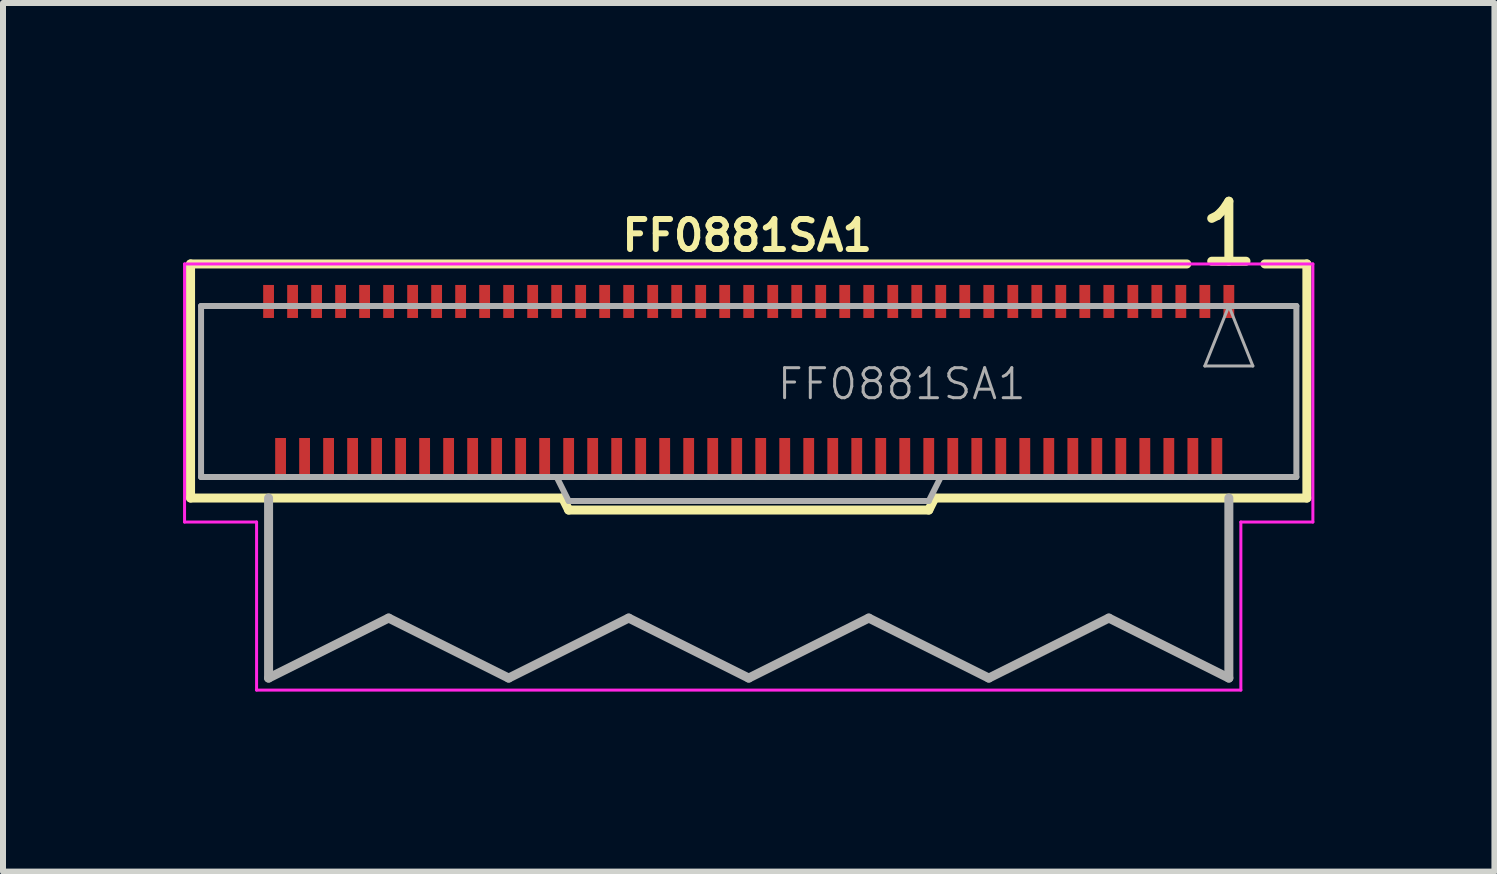
<source format=kicad_pcb>
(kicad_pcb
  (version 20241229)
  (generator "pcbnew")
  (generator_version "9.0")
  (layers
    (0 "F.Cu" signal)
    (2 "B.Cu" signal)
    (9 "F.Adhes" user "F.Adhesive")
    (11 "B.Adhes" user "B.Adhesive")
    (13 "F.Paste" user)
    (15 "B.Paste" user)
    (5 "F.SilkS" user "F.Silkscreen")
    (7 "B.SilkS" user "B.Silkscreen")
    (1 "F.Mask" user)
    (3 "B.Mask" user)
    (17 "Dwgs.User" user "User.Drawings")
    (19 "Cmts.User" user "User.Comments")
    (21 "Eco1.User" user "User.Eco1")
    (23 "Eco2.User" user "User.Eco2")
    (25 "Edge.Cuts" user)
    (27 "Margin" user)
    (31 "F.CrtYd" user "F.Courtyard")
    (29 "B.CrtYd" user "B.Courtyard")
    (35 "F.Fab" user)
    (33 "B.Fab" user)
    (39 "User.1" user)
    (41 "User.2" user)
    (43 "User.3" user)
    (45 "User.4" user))
  (footprint "FF0881SA1"
    (layer "F.Cu")
    (at 9.425 3.248)
    (property "Reference" "FF0881SA1" (at -0.025 -2.375 0) (layer "F.SilkS") (effects (font (size 0.5 0.5) (thickness 0.1))))
    (attr smd)
    (fp_line (start -9.3 -1.9) (end 7.3 -1.9) (stroke (width 0.15) (type solid)) (layer "F.SilkS"))
    (fp_line (start -9.3 2) (end -9.3 -1.9) (stroke (width 0.15) (type solid)) (layer "F.SilkS"))
    (fp_line (start -3.1 2) (end -9.3 2) (stroke (width 0.15) (type solid)) (layer "F.SilkS"))
    (fp_line (start -3 2.2) (end -3.1 2) (stroke (width 0.15) (type solid)) (layer "F.SilkS"))
    (fp_line (start 3 2.2) (end -3 2.2) (stroke (width 0.15) (type solid)) (layer "F.SilkS"))
    (fp_line (start 3.1 2) (end 3 2.2) (stroke (width 0.15) (type solid)) (layer "F.SilkS"))
    (fp_line (start 9.3 -1.9) (end 8.6 -1.9) (stroke (width 0.15) (type solid)) (layer "F.SilkS"))
    (fp_line (start 9.3 -1.9) (end 9.3 2) (stroke (width 0.15) (type solid)) (layer "F.SilkS"))
    (fp_line (start 9.3 2) (end 3.1 2) (stroke (width 0.15) (type solid)) (layer "F.SilkS"))
    (fp_line (start -9.4 -1.9) (end 9.4 -1.9) (stroke (width 0.05) (type solid)) (layer "F.CrtYd"))
    (fp_line (start -9.4 2.4) (end -9.4 -1.9) (stroke (width 0.05) (type solid)) (layer "F.CrtYd"))
    (fp_line (start -9.4 2.4) (end -8.2 2.4) (stroke (width 0.05) (type solid)) (layer "F.CrtYd"))
    (fp_line (start -8.2 2.4) (end -8.2 5.2) (stroke (width 0.05) (type solid)) (layer "F.CrtYd"))
    (fp_line (start -8.2 5.2) (end 8.2 5.2) (stroke (width 0.05) (type solid)) (layer "F.CrtYd"))
    (fp_line (start 8.2 2.4) (end 9.4 2.4) (stroke (width 0.05) (type solid)) (layer "F.CrtYd"))
    (fp_line (start 8.2 5.2) (end 8.2 2.4) (stroke (width 0.05) (type solid)) (layer "F.CrtYd"))
    (fp_line (start 9.4 -1.9) (end 9.4 2.4) (stroke (width 0.05) (type solid)) (layer "F.CrtYd"))
    (fp_line (start -9.125 -1.2) (end -9.125 1.65) (stroke (width 0.1) (type solid)) (layer "F.Fab"))
    (fp_line (start -9.125 -1.2) (end 9.125 -1.2) (stroke (width 0.1) (type solid)) (layer "F.Fab"))
    (fp_line (start -9.125 1.65) (end 9.125 1.65) (stroke (width 0.1) (type solid)) (layer "F.Fab"))
    (fp_line (start -8 2) (end -8 5) (stroke (width 0.15) (type solid)) (layer "F.Fab"))
    (fp_line (start -8 5) (end -6 4) (stroke (width 0.15) (type solid)) (layer "F.Fab"))
    (fp_line (start -6 4) (end -4 5) (stroke (width 0.15) (type solid)) (layer "F.Fab"))
    (fp_line (start -4 5) (end -2 4) (stroke (width 0.15) (type solid)) (layer "F.Fab"))
    (fp_line (start -3 2.05) (end -3.2 1.65) (stroke (width 0.1) (type solid)) (layer "F.Fab"))
    (fp_line (start -3 2.05) (end 3 2.05) (stroke (width 0.1) (type solid)) (layer "F.Fab"))
    (fp_line (start -2 4) (end 0 5) (stroke (width 0.15) (type solid)) (layer "F.Fab"))
    (fp_line (start 0 5) (end 2 4) (stroke (width 0.15) (type solid)) (layer "F.Fab"))
    (fp_line (start 3 2.05) (end 3.2 1.65) (stroke (width 0.1) (type solid)) (layer "F.Fab"))
    (fp_line (start 4 5) (end 2 4) (stroke (width 0.15) (type solid)) (layer "F.Fab"))
    (fp_line (start 4 5) (end 6 4) (stroke (width 0.15) (type solid)) (layer "F.Fab"))
    (fp_line (start 6 4) (end 8 5) (stroke (width 0.15) (type solid)) (layer "F.Fab"))
    (fp_line (start 7.6 -0.2) (end 8.4 -0.2) (stroke (width 0.05) (type solid)) (layer "F.Fab"))
    (fp_line (start 8 -1.2) (end 7.6 -0.2) (stroke (width 0.05) (type solid)) (layer "F.Fab"))
    (fp_line (start 8 5) (end 8 2) (stroke (width 0.15) (type solid)) (layer "F.Fab"))
    (fp_line (start 8.4 -0.2) (end 8 -1.2) (stroke (width 0.05) (type solid)) (layer "F.Fab"))
    (fp_line (start 9.125 -1.2) (end 9.125 1.65) (stroke (width 0.1) (type solid)) (layer "F.Fab"))
    (fp_text user "1" (at 8 -2.4 0) (layer "F.SilkS") (effects (font (size 1 1) (thickness 0.15))))
    (fp_text user "${REFERENCE}" (at 2.55 0.1 0) (layer "F.Fab") (effects (font (size 0.5 0.5) (thickness 0.05))))
    (pad "1" smd rect (at 8 -1.275) (size 0.18 0.55) (layers "F.Cu" "F.Mask" "F.Paste"))
    (pad "2" smd rect (at 7.8 1.35) (size 0.18 0.7) (layers "F.Cu" "F.Mask" "F.Paste"))
    (pad "3" smd rect (at 7.6 -1.275) (size 0.18 0.55) (layers "F.Cu" "F.Mask" "F.Paste"))
    (pad "4" smd rect (at 7.4 1.35) (size 0.18 0.7) (layers "F.Cu" "F.Mask" "F.Paste"))
    (pad "5" smd rect (at 7.2 -1.275) (size 0.18 0.55) (layers "F.Cu" "F.Mask" "F.Paste"))
    (pad "6" smd rect (at 7 1.35) (size 0.18 0.7) (layers "F.Cu" "F.Mask" "F.Paste"))
    (pad "7" smd rect (at 6.8 -1.275) (size 0.18 0.55) (layers "F.Cu" "F.Mask" "F.Paste"))
    (pad "8" smd rect (at 6.6 1.35) (size 0.18 0.7) (layers "F.Cu" "F.Mask" "F.Paste"))
    (pad "9" smd rect (at 6.4 -1.275) (size 0.18 0.55) (layers "F.Cu" "F.Mask" "F.Paste"))
    (pad "10" smd rect (at 6.2 1.35) (size 0.18 0.7) (layers "F.Cu" "F.Mask" "F.Paste"))
    (pad "11" smd rect (at 6 -1.275) (size 0.18 0.55) (layers "F.Cu" "F.Mask" "F.Paste"))
    (pad "12" smd rect (at 5.8 1.35) (size 0.18 0.7) (layers "F.Cu" "F.Mask" "F.Paste"))
    (pad "13" smd rect (at 5.6 -1.275) (size 0.18 0.55) (layers "F.Cu" "F.Mask" "F.Paste"))
    (pad "14" smd rect (at 5.4 1.35) (size 0.18 0.7) (layers "F.Cu" "F.Mask" "F.Paste"))
    (pad "15" smd rect (at 5.2 -1.275) (size 0.18 0.55) (layers "F.Cu" "F.Mask" "F.Paste"))
    (pad "16" smd rect (at 5 1.35) (size 0.18 0.7) (layers "F.Cu" "F.Mask" "F.Paste"))
    (pad "17" smd rect (at 4.8 -1.275) (size 0.18 0.55) (layers "F.Cu" "F.Mask" "F.Paste"))
    (pad "18" smd rect (at 4.6 1.35) (size 0.18 0.7) (layers "F.Cu" "F.Mask" "F.Paste"))
    (pad "19" smd rect (at 4.4 -1.275) (size 0.18 0.55) (layers "F.Cu" "F.Mask" "F.Paste"))
    (pad "20" smd rect (at 4.2 1.35) (size 0.18 0.7) (layers "F.Cu" "F.Mask" "F.Paste"))
    (pad "21" smd rect (at 4 -1.275) (size 0.18 0.55) (layers "F.Cu" "F.Mask" "F.Paste"))
    (pad "22" smd rect (at 3.8 1.35) (size 0.18 0.7) (layers "F.Cu" "F.Mask" "F.Paste"))
    (pad "23" smd rect (at 3.6 -1.275) (size 0.18 0.55) (layers "F.Cu" "F.Mask" "F.Paste"))
    (pad "24" smd rect (at 3.4 1.35) (size 0.18 0.7) (layers "F.Cu" "F.Mask" "F.Paste"))
    (pad "25" smd rect (at 3.2 -1.275) (size 0.18 0.55) (layers "F.Cu" "F.Mask" "F.Paste"))
    (pad "26" smd rect (at 3 1.35) (size 0.18 0.7) (layers "F.Cu" "F.Mask" "F.Paste"))
    (pad "27" smd rect (at 2.8 -1.275) (size 0.18 0.55) (layers "F.Cu" "F.Mask" "F.Paste"))
    (pad "28" smd rect (at 2.6 1.35) (size 0.18 0.7) (layers "F.Cu" "F.Mask" "F.Paste"))
    (pad "29" smd rect (at 2.4 -1.275) (size 0.18 0.55) (layers "F.Cu" "F.Mask" "F.Paste"))
    (pad "30" smd rect (at 2.2 1.35) (size 0.18 0.7) (layers "F.Cu" "F.Mask" "F.Paste"))
    (pad "31" smd rect (at 2 -1.275) (size 0.18 0.55) (layers "F.Cu" "F.Mask" "F.Paste"))
    (pad "32" smd rect (at 1.8 1.35) (size 0.18 0.7) (layers "F.Cu" "F.Mask" "F.Paste"))
    (pad "33" smd rect (at 1.6 -1.275) (size 0.18 0.55) (layers "F.Cu" "F.Mask" "F.Paste"))
    (pad "34" smd rect (at 1.4 1.35) (size 0.18 0.7) (layers "F.Cu" "F.Mask" "F.Paste"))
    (pad "35" smd rect (at 1.2 -1.275) (size 0.18 0.55) (layers "F.Cu" "F.Mask" "F.Paste"))
    (pad "36" smd rect (at 1 1.35) (size 0.18 0.7) (layers "F.Cu" "F.Mask" "F.Paste"))
    (pad "37" smd rect (at 0.8 -1.275) (size 0.18 0.55) (layers "F.Cu" "F.Mask" "F.Paste"))
    (pad "38" smd rect (at 0.6 1.35) (size 0.18 0.7) (layers "F.Cu" "F.Mask" "F.Paste"))
    (pad "39" smd rect (at 0.4 -1.275) (size 0.18 0.55) (layers "F.Cu" "F.Mask" "F.Paste"))
    (pad "40" smd rect (at 0.2 1.35) (size 0.18 0.7) (layers "F.Cu" "F.Mask" "F.Paste"))
    (pad "41" smd rect (at 0 -1.275) (size 0.18 0.55) (layers "F.Cu" "F.Mask" "F.Paste"))
    (pad "42" smd rect (at -0.2 1.35) (size 0.18 0.7) (layers "F.Cu" "F.Mask" "F.Paste"))
    (pad "43" smd rect (at -0.4 -1.275) (size 0.18 0.55) (layers "F.Cu" "F.Mask" "F.Paste"))
    (pad "44" smd rect (at -0.6 1.35) (size 0.18 0.7) (layers "F.Cu" "F.Mask" "F.Paste"))
    (pad "45" smd rect (at -0.8 -1.275) (size 0.18 0.55) (layers "F.Cu" "F.Mask" "F.Paste"))
    (pad "46" smd rect (at -1 1.35) (size 0.18 0.7) (layers "F.Cu" "F.Mask" "F.Paste"))
    (pad "47" smd rect (at -1.2 -1.275) (size 0.18 0.55) (layers "F.Cu" "F.Mask" "F.Paste"))
    (pad "48" smd rect (at -1.4 1.35) (size 0.18 0.7) (layers "F.Cu" "F.Mask" "F.Paste"))
    (pad "49" smd rect (at -1.6 -1.275) (size 0.18 0.55) (layers "F.Cu" "F.Mask" "F.Paste"))
    (pad "50" smd rect (at -1.8 1.35) (size 0.18 0.7) (layers "F.Cu" "F.Mask" "F.Paste"))
    (pad "51" smd rect (at -2 -1.275) (size 0.18 0.55) (layers "F.Cu" "F.Mask" "F.Paste"))
    (pad "52" smd rect (at -2.2 1.35) (size 0.18 0.7) (layers "F.Cu" "F.Mask" "F.Paste"))
    (pad "53" smd rect (at -2.4 -1.275) (size 0.18 0.55) (layers "F.Cu" "F.Mask" "F.Paste"))
    (pad "54" smd rect (at -2.6 1.35) (size 0.18 0.7) (layers "F.Cu" "F.Mask" "F.Paste"))
    (pad "55" smd rect (at -2.8 -1.275) (size 0.18 0.55) (layers "F.Cu" "F.Mask" "F.Paste"))
    (pad "56" smd rect (at -3 1.35) (size 0.18 0.7) (layers "F.Cu" "F.Mask" "F.Paste"))
    (pad "57" smd rect (at -3.2 -1.275) (size 0.18 0.55) (layers "F.Cu" "F.Mask" "F.Paste"))
    (pad "58" smd rect (at -3.4 1.35) (size 0.18 0.7) (layers "F.Cu" "F.Mask" "F.Paste"))
    (pad "59" smd rect (at -3.6 -1.275) (size 0.18 0.55) (layers "F.Cu" "F.Mask" "F.Paste"))
    (pad "60" smd rect (at -3.8 1.35) (size 0.18 0.7) (layers "F.Cu" "F.Mask" "F.Paste"))
    (pad "61" smd rect (at -4 -1.275) (size 0.18 0.55) (layers "F.Cu" "F.Mask" "F.Paste"))
    (pad "62" smd rect (at -4.2 1.35) (size 0.18 0.7) (layers "F.Cu" "F.Mask" "F.Paste"))
    (pad "63" smd rect (at -4.4 -1.275) (size 0.18 0.55) (layers "F.Cu" "F.Mask" "F.Paste"))
    (pad "64" smd rect (at -4.6 1.35) (size 0.18 0.7) (layers "F.Cu" "F.Mask" "F.Paste"))
    (pad "65" smd rect (at -4.8 -1.275) (size 0.18 0.55) (layers "F.Cu" "F.Mask" "F.Paste"))
    (pad "66" smd rect (at -5 1.35) (size 0.18 0.7) (layers "F.Cu" "F.Mask" "F.Paste"))
    (pad "67" smd rect (at -5.2 -1.275) (size 0.18 0.55) (layers "F.Cu" "F.Mask" "F.Paste"))
    (pad "68" smd rect (at -5.4 1.35) (size 0.18 0.7) (layers "F.Cu" "F.Mask" "F.Paste"))
    (pad "69" smd rect (at -5.6 -1.275) (size 0.18 0.55) (layers "F.Cu" "F.Mask" "F.Paste"))
    (pad "70" smd rect (at -5.8 1.35) (size 0.18 0.7) (layers "F.Cu" "F.Mask" "F.Paste"))
    (pad "71" smd rect (at -6 -1.275) (size 0.18 0.55) (layers "F.Cu" "F.Mask" "F.Paste"))
    (pad "72" smd rect (at -6.2 1.35) (size 0.18 0.7) (layers "F.Cu" "F.Mask" "F.Paste"))
    (pad "73" smd rect (at -6.4 -1.275) (size 0.18 0.55) (layers "F.Cu" "F.Mask" "F.Paste"))
    (pad "74" smd rect (at -6.6 1.35) (size 0.18 0.7) (layers "F.Cu" "F.Mask" "F.Paste"))
    (pad "75" smd rect (at -6.8 -1.275) (size 0.18 0.55) (layers "F.Cu" "F.Mask" "F.Paste"))
    (pad "76" smd rect (at -7 1.35) (size 0.18 0.7) (layers "F.Cu" "F.Mask" "F.Paste"))
    (pad "77" smd rect (at -7.2 -1.275) (size 0.18 0.55) (layers "F.Cu" "F.Mask" "F.Paste"))
    (pad "78" smd rect (at -7.4 1.35) (size 0.18 0.7) (layers "F.Cu" "F.Mask" "F.Paste"))
    (pad "79" smd rect (at -7.6 -1.275) (size 0.18 0.55) (layers "F.Cu" "F.Mask" "F.Paste"))
    (pad "80" smd rect (at -7.8 1.35) (size 0.18 0.7) (layers "F.Cu" "F.Mask" "F.Paste"))
    (pad "81" smd rect (at -8 -1.275) (size 0.18 0.55) (layers "F.Cu" "F.Mask" "F.Paste")))
  (gr_rect
    (start -3 -3)
    (end 21.85 11.473)
    (stroke (width 0.1) (type default))
    (fill no)
    (layer "Edge.Cuts")))
</source>
